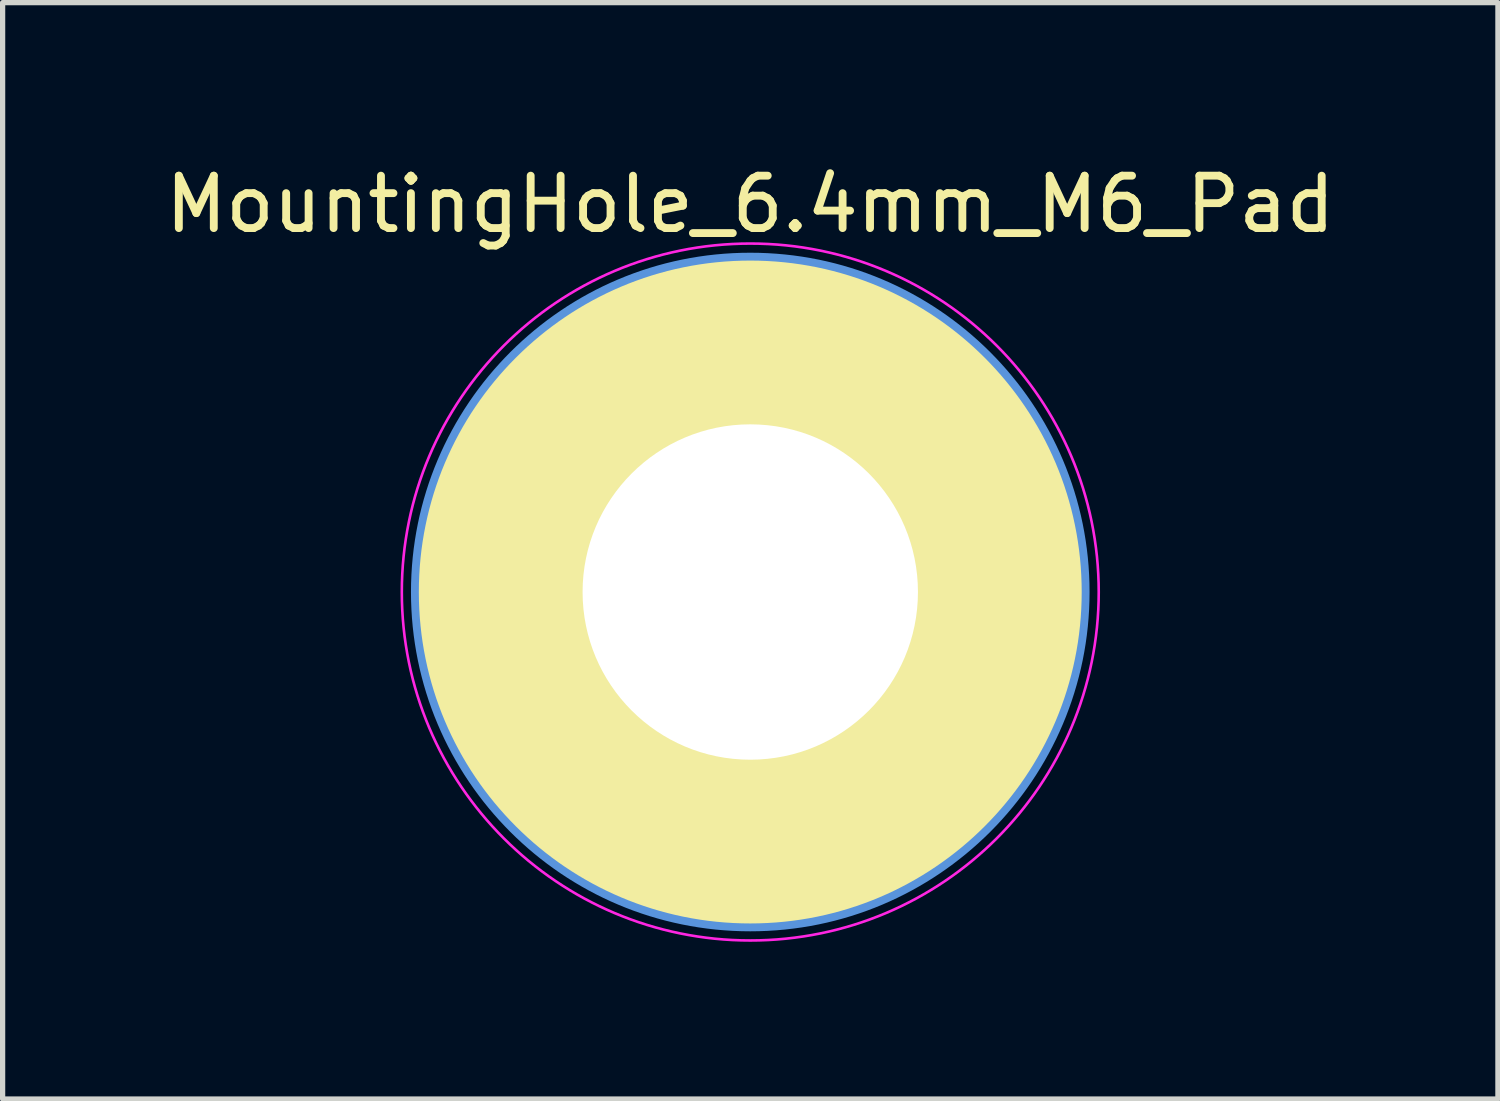
<source format=kicad_pcb>
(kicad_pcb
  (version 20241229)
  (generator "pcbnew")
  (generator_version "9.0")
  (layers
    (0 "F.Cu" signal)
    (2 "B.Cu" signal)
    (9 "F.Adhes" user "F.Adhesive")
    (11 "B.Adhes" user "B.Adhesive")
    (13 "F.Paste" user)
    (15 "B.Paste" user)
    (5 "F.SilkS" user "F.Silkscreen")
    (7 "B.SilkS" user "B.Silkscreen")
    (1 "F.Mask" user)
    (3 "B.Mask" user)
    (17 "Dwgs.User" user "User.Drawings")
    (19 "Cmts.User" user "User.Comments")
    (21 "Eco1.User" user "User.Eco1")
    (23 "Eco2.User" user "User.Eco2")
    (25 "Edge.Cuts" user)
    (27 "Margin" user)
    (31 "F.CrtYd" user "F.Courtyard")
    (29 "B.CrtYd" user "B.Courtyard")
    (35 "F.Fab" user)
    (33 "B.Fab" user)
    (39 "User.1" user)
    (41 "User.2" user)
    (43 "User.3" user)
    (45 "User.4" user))
  (footprint "MountingHole_6.4mm_M6_Pad"
    (layer "F.Cu")
    (at 11.268 8.248)
    (property "Reference" "MountingHole_6.4mm_M6_Pad" (at 0 -7.4 0) (layer "F.SilkS") (effects (font (size 1 1) (thickness 0.15))))
    (attr through_hole)
    (fp_circle (center 0 0) (end 6.4 0) (stroke (width 0.15) (type solid)) (fill no) (layer "Cmts.User"))
    (fp_circle (center 0 0) (end 6.65 0) (stroke (width 0.05) (type solid)) (fill no) (layer "F.CrtYd"))
    (pad "1" thru_hole circle (at 0 0) (size 12.8 12.8) (drill 6.4) (layers "*.Cu" "*.Mask" "F.SilkS")))
  (gr_rect
    (start -3 -3)
    (end 25.536 17.923)
    (stroke (width 0.1) (type default))
    (fill no)
    (layer "Edge.Cuts")))
</source>
